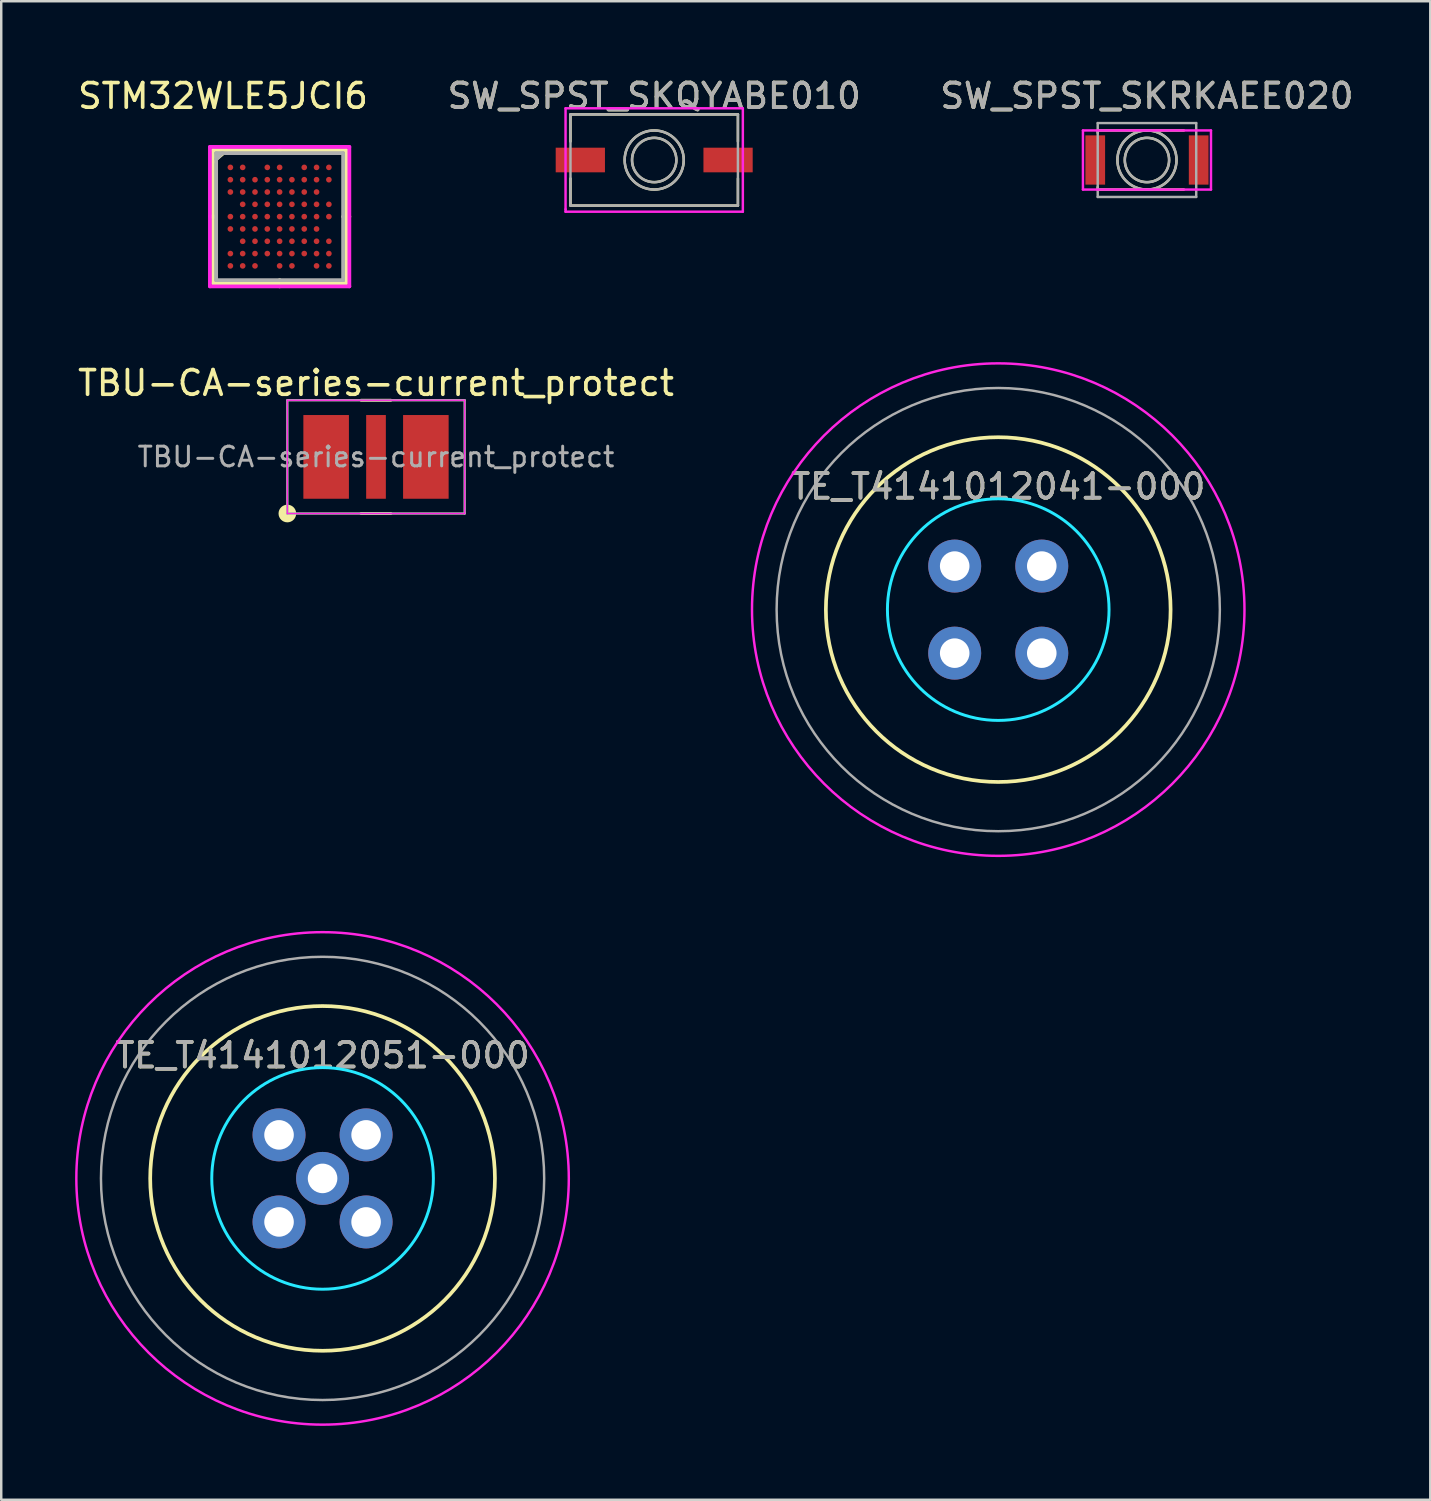
<source format=kicad_pcb>
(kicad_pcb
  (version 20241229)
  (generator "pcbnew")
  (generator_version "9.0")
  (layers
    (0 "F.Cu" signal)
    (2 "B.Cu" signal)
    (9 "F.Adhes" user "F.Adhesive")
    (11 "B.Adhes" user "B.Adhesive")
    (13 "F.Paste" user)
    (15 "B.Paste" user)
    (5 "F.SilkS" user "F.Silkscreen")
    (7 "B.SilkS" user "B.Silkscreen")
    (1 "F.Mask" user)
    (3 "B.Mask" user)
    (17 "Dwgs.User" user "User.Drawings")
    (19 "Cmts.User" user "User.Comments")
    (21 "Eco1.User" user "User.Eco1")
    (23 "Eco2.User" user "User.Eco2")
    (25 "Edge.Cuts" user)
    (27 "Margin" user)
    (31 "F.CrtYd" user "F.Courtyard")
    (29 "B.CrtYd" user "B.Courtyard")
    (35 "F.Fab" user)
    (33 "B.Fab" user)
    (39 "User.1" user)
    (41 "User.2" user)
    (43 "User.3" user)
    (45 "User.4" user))
  (footprint "SW_SPST_SKRKAEE020"
    (layer "F.Cu")
    (at 43.53 3.448)
    (property "Reference" "SW_SPST_SKRKAEE020" (at 0 -2.6 0) (layer "F.SilkS") (effects (font (size 1 1) (thickness 0.15))))
    (attr smd)
    (fp_line (start -2 -1.2) (end -2 -1.1) (stroke (width 0.1) (type solid)) (layer "F.SilkS"))
    (fp_line (start -2 1.2) (end -2 1.1) (stroke (width 0.1) (type solid)) (layer "F.SilkS"))
    (fp_line (start 1.5 -1.2) (end -2 -1.2) (stroke (width 0.1) (type solid)) (layer "F.SilkS"))
    (fp_line (start 1.5 1.2) (end -2 1.2) (stroke (width 0.1) (type solid)) (layer "F.SilkS"))
    (fp_circle (center 0 0) (end 0.9 0) (stroke (width 0.1) (type solid)) (fill no) (layer "F.SilkS"))
    (fp_circle (center 0 0) (end 1.2 0) (stroke (width 0.1) (type solid)) (fill no) (layer "F.SilkS"))
    (fp_line (start -2.6 -1.2) (end 2.6 -1.2) (stroke (width 0.1) (type solid)) (layer "F.CrtYd"))
    (fp_line (start -2.6 1.2) (end -2.6 -1.2) (stroke (width 0.1) (type solid)) (layer "F.CrtYd"))
    (fp_line (start 2.6 -1.2) (end 2.6 1.2) (stroke (width 0.1) (type solid)) (layer "F.CrtYd"))
    (fp_line (start 2.6 1.2) (end -2.6 1.2) (stroke (width 0.1) (type solid)) (layer "F.CrtYd"))
    (fp_line (start -2 -1.5) (end -2 1.5) (stroke (width 0.1) (type solid)) (layer "F.Fab"))
    (fp_line (start -2 1.5) (end 2 1.5) (stroke (width 0.1) (type solid)) (layer "F.Fab"))
    (fp_line (start 2 -1.5) (end -2 -1.5) (stroke (width 0.1) (type solid)) (layer "F.Fab"))
    (fp_line (start 2 1.5) (end 2 -1.5) (stroke (width 0.1) (type solid)) (layer "F.Fab"))
    (fp_circle (center 0 0) (end 0.9 0) (stroke (width 0.1) (type solid)) (fill no) (layer "F.Fab"))
    (fp_circle (center 0 0) (end 1.2 0) (stroke (width 0.1) (type solid)) (fill no) (layer "F.Fab"))
    (fp_text user "${REFERENCE}" (at 0 -2.6 0) (layer "F.Fab") (effects (font (size 1 1) (thickness 0.15))))
    (pad "1" smd rect (at -2.1 0) (size 0.8 2) (layers "F.Cu" "F.Mask" "F.Paste"))
    (pad "2" smd rect (at 2.1 0) (size 0.8 2) (layers "F.Cu" "F.Mask" "F.Paste")))
  (footprint "SW_SPST_SKQYABE010"
    (layer "F.Cu")
    (at 23.518 3.448)
    (property "Reference" "SW_SPST_SKQYABE010" (at 0 -2.6 0) (layer "F.SilkS") (effects (font (size 1 1) (thickness 0.15))))
    (attr smd)
    (fp_line (start -3.4 -1.85) (end -3.4 -0.75) (stroke (width 0.1) (type solid)) (layer "F.SilkS"))
    (fp_line (start -3.4 1.85) (end -3.4 0.75) (stroke (width 0.1) (type solid)) (layer "F.SilkS"))
    (fp_line (start 3.4 -1.85) (end -3.4 -1.85) (stroke (width 0.1) (type solid)) (layer "F.SilkS"))
    (fp_line (start 3.4 -1.85) (end 3.4 -0.75) (stroke (width 0.1) (type solid)) (layer "F.SilkS"))
    (fp_line (start 3.4 1.85) (end -3.4 1.85) (stroke (width 0.1) (type solid)) (layer "F.SilkS"))
    (fp_line (start 3.4 1.85) (end 3.4 0.75) (stroke (width 0.1) (type solid)) (layer "F.SilkS"))
    (fp_circle (center 0 0) (end 0.9 0) (stroke (width 0.1) (type solid)) (fill no) (layer "F.SilkS"))
    (fp_circle (center 0 0) (end 1.2 0) (stroke (width 0.1) (type solid)) (fill no) (layer "F.SilkS"))
    (fp_line (start -3.6 -2.1) (end -3.6 2) (stroke (width 0.1) (type solid)) (layer "F.CrtYd"))
    (fp_line (start -3.6 2) (end -3.6 2.1) (stroke (width 0.1) (type solid)) (layer "F.CrtYd"))
    (fp_line (start -3.6 2.1) (end 3.6 2.1) (stroke (width 0.1) (type solid)) (layer "F.CrtYd"))
    (fp_line (start 3.6 -2.1) (end -3.6 -2.1) (stroke (width 0.1) (type solid)) (layer "F.CrtYd"))
    (fp_line (start 3.6 2.1) (end 3.6 -2.1) (stroke (width 0.1) (type solid)) (layer "F.CrtYd"))
    (fp_line (start -3.4 -1.85) (end -3.4 1.85) (stroke (width 0.1) (type solid)) (layer "F.Fab"))
    (fp_line (start -3.4 1.85) (end 3.4 1.85) (stroke (width 0.1) (type solid)) (layer "F.Fab"))
    (fp_line (start 3.4 -1.85) (end -3.4 -1.85) (stroke (width 0.1) (type solid)) (layer "F.Fab"))
    (fp_line (start 3.4 -1.85) (end 3.4 1.85) (stroke (width 0.1) (type solid)) (layer "F.Fab"))
    (fp_circle (center 0 0) (end 0.9 0) (stroke (width 0.1) (type solid)) (fill no) (layer "F.Fab"))
    (fp_circle (center 0 0) (end 1.2 0) (stroke (width 0.1) (type solid)) (fill no) (layer "F.Fab"))
    (fp_text user "${REFERENCE}" (at 0 -2.6 0) (layer "F.Fab") (effects (font (size 1 1) (thickness 0.15))))
    (pad "1" smd rect (at -3 0) (size 2 1) (layers "F.Cu" "F.Mask" "F.Paste"))
    (pad "2" smd rect (at 3 0) (size 2 1) (layers "F.Cu" "F.Mask" "F.Paste")))
  (footprint "TE_T4141012041-000"
    (layer "F.Cu")
    (at 37.49 21.707)
    (property "Reference" "TE_T4141012041-000" (at 0 -5 0) (layer "F.SilkS") (effects (font (size 1 1) (thickness 0.15))))
    (attr through_hole)
    (fp_circle (center 0 0) (end 7 0) (stroke (width 0.15) (type solid)) (fill no) (layer "F.SilkS"))
    (fp_circle (center 0 0) (end 4.5 0) (stroke (width 0.12) (type solid)) (fill no) (layer "B.CrtYd"))
    (fp_circle (center 0 0) (end 10 0) (stroke (width 0.1) (type solid)) (fill no) (layer "F.CrtYd"))
    (fp_circle (center 0 0) (end 9 0) (stroke (width 0.1) (type solid)) (fill no) (layer "F.Fab"))
    (fp_text user "${REFERENCE}" (at 0 -5 0) (layer "F.Fab") (effects (font (size 1 1) (thickness 0.15))))
    (pad "1" thru_hole circle (at -1.768 -1.768 225) (size 2.15 2.15) (drill 1.2) (layers "*.Cu" "*.Mask"))
    (pad "2" thru_hole circle (at 1.768 -1.768 315) (size 2.15 2.15) (drill 1.2) (layers "*.Cu" "*.Mask"))
    (pad "3" thru_hole circle (at 1.768 1.768 225) (size 2.15 2.15) (drill 1.2) (layers "*.Cu" "*.Mask"))
    (pad "4" thru_hole circle (at -1.768 1.768 315) (size 2.15 2.15) (drill 1.2) (layers "*.Cu" "*.Mask")))
  (footprint "TBU-CA-series-current_protect"
    (layer "F.Cu")
    (at 12.22 15.505)
    (property "Reference" "TBU-CA-series-current_protect" (at 0 -3 0) (layer "F.SilkS") (effects (font (size 1 1) (thickness 0.15))))
    (attr smd)
    (fp_line (start -0.604 -2.3) (end 0.6 -2.3) (stroke (width 0.12) (type solid)) (layer "F.SilkS"))
    (fp_line (start -0.604 2.3) (end 0.6 2.3) (stroke (width 0.12) (type solid)) (layer "F.SilkS"))
    (fp_circle (center -3.6 2.3) (end -3.5 2.3) (stroke (width 0.15) (type solid)) (fill no) (layer "F.SilkS"))
    (fp_circle (center -3.6 2.3) (end -3.4 2.3) (stroke (width 0.15) (type solid)) (fill no) (layer "F.SilkS"))
    (fp_circle (center -3.6 2.3) (end -3.317 2.3) (stroke (width 0.15) (type solid)) (fill no) (layer "F.SilkS"))
    (fp_line (start -3.6 -2.3) (end -3.6 2.3) (stroke (width 0.05) (type solid)) (layer "F.CrtYd"))
    (fp_line (start -3.6 -2.3) (end 3.6 -2.3) (stroke (width 0.05) (type solid)) (layer "F.CrtYd"))
    (fp_line (start -3.6 2.3) (end 3.6 2.3) (stroke (width 0.05) (type solid)) (layer "F.CrtYd"))
    (fp_line (start 3.6 -2.3) (end 3.6 2.3) (stroke (width 0.05) (type solid)) (layer "F.CrtYd"))
    (fp_line (start -3.6 -2.3) (end 3.6 -2.3) (stroke (width 0.1) (type solid)) (layer "F.Fab"))
    (fp_line (start -3.6 2.3) (end -3.6 -2.3) (stroke (width 0.1) (type solid)) (layer "F.Fab"))
    (fp_line (start 3.6 -2.3) (end 3.6 2.3) (stroke (width 0.1) (type solid)) (layer "F.Fab"))
    (fp_line (start 3.6 2.3) (end -3.6 2.3) (stroke (width 0.1) (type solid)) (layer "F.Fab"))
    (fp_text user "${REFERENCE}" (at 0 0 0) (layer "F.Fab") (effects (font (size 0.8 0.8) (thickness 0.12))))
    (pad "1" smd rect (at -2.025 0) (size 1.85 3.4) (layers "F.Cu" "F.Mask" "F.Paste"))
    (pad "2" smd rect (at 0 0 180) (size 0.8 3.4) (layers "F.Cu" "F.Mask" "F.Paste"))
    (pad "3" smd rect (at 2.025 0 180) (size 1.85 3.4) (layers "F.Cu" "F.Mask" "F.Paste")))
  (footprint "TE_T4141012051-000"
    (layer "F.Cu")
    (at 10.05 44.807)
    (property "Reference" "TE_T4141012051-000" (at 0 -5 0) (layer "F.SilkS") (effects (font (size 1 1) (thickness 0.15))))
    (attr through_hole)
    (fp_circle (center 0 0) (end 7 0) (stroke (width 0.15) (type solid)) (fill no) (layer "F.SilkS"))
    (fp_circle (center 0 0) (end 4.5 0) (stroke (width 0.12) (type solid)) (fill no) (layer "B.CrtYd"))
    (fp_circle (center 0 0) (end 10 0) (stroke (width 0.1) (type solid)) (fill no) (layer "F.CrtYd"))
    (fp_circle (center 0 0) (end 9 0) (stroke (width 0.1) (type solid)) (fill no) (layer "F.Fab"))
    (fp_text user "${REFERENCE}" (at 0 -5 0) (layer "F.Fab") (effects (font (size 1 1) (thickness 0.15))))
    (pad "1" thru_hole circle (at -1.768 -1.768 225) (size 2.15 2.15) (drill 1.2) (layers "*.Cu" "*.Mask"))
    (pad "2" thru_hole circle (at 1.768 -1.768 315) (size 2.15 2.15) (drill 1.2) (layers "*.Cu" "*.Mask"))
    (pad "3" thru_hole circle (at 1.768 1.768 225) (size 2.15 2.15) (drill 1.2) (layers "*.Cu" "*.Mask"))
    (pad "4" thru_hole circle (at -1.768 1.768 315) (size 2.15 2.15) (drill 1.2) (layers "*.Cu" "*.Mask"))
    (pad "5" thru_hole circle (at 0 0 315) (size 2.15 2.15) (drill 1.2) (layers "*.Cu" "*.Mask")))
  (footprint "STM32WLE5JCI6"
    (layer "F.Cu")
    (at 8.306 5.748)
    (property "Reference" "STM32WLE5JCI6" (at -2.3 -4.9 0) (layer "F.SilkS") (effects (font (size 1 1) (thickness 0.15))))
    (attr through_hole)
    (fp_line (start -2.705 -2.705) (end -2.705 2.705) (stroke (width 0.152) (type solid)) (layer "F.SilkS"))
    (fp_line (start -2.705 2.705) (end 2.705 2.705) (stroke (width 0.152) (type solid)) (layer "F.SilkS"))
    (fp_line (start -2.7 -2.2) (end -2.1 -2.7) (stroke (width 0.1) (type solid)) (layer "F.SilkS"))
    (fp_line (start -2.578 0) (end -2.832 0) (stroke (width 0.152) (type solid)) (layer "F.SilkS"))
    (fp_line (start 0 -2.578) (end 0 -2.832) (stroke (width 0.152) (type solid)) (layer "F.SilkS"))
    (fp_line (start 0 2.578) (end 0 2.832) (stroke (width 0.152) (type solid)) (layer "F.SilkS"))
    (fp_line (start 2.578 0) (end 2.832 0) (stroke (width 0.152) (type solid)) (layer "F.SilkS"))
    (fp_line (start 2.705 -2.705) (end -2.705 -2.705) (stroke (width 0.152) (type solid)) (layer "F.SilkS"))
    (fp_line (start 2.705 2.705) (end 2.705 -2.705) (stroke (width 0.152) (type solid)) (layer "F.SilkS"))
    (fp_line (start -2.832 -2.832) (end 2.832 -2.832) (stroke (width 0.152) (type solid)) (layer "F.CrtYd"))
    (fp_line (start -2.832 2.832) (end -2.832 -2.832) (stroke (width 0.152) (type solid)) (layer "F.CrtYd"))
    (fp_line (start 2.832 -2.832) (end 2.832 2.832) (stroke (width 0.152) (type solid)) (layer "F.CrtYd"))
    (fp_line (start 2.832 2.832) (end -2.832 2.832) (stroke (width 0.152) (type solid)) (layer "F.CrtYd"))
    (fp_line (start -2.578 -2.578) (end -2.578 2.578) (stroke (width 0.152) (type solid)) (layer "F.Fab"))
    (fp_line (start -2.578 2.578) (end 2.578 2.578) (stroke (width 0.152) (type solid)) (layer "F.Fab"))
    (fp_line (start -2.328 -2.578) (end -2.578 -2.328) (stroke (width 0.152) (type solid)) (layer "F.Fab"))
    (fp_line (start 2.578 -2.578) (end -2.578 -2.578) (stroke (width 0.152) (type solid)) (layer "F.Fab"))
    (fp_line (start 2.578 2.578) (end 2.578 -2.578) (stroke (width 0.152) (type solid)) (layer "F.Fab"))
    (pad "A1" smd circle (at -2 -2) (size 0.23 0.23) (layers "F.Cu" "F.Mask" "F.Paste"))
    (pad "A2" smd circle (at -1.5 -2) (size 0.23 0.23) (layers "F.Cu" "F.Mask" "F.Paste"))
    (pad "A4" smd circle (at -0.5 -2) (size 0.23 0.23) (layers "F.Cu" "F.Mask" "F.Paste"))
    (pad "A5" smd circle (at 0 -2) (size 0.23 0.23) (layers "F.Cu" "F.Mask" "F.Paste"))
    (pad "A7" smd circle (at 1 -2) (size 0.23 0.23) (layers "F.Cu" "F.Mask" "F.Paste"))
    (pad "A8" smd circle (at 1.5 -2) (size 0.23 0.23) (layers "F.Cu" "F.Mask" "F.Paste"))
    (pad "A9" smd circle (at 2 -2) (size 0.23 0.23) (layers "F.Cu" "F.Mask" "F.Paste"))
    (pad "B1" smd circle (at -2 -1.5) (size 0.23 0.23) (layers "F.Cu" "F.Mask" "F.Paste"))
    (pad "B2" smd circle (at -1.5 -1.5) (size 0.23 0.23) (layers "F.Cu" "F.Mask" "F.Paste"))
    (pad "B3" smd circle (at -1 -1.5) (size 0.23 0.23) (layers "F.Cu" "F.Mask" "F.Paste"))
    (pad "B4" smd circle (at -0.5 -1.5) (size 0.23 0.23) (layers "F.Cu" "F.Mask" "F.Paste"))
    (pad "B5" smd circle (at 0 -1.5) (size 0.23 0.23) (layers "F.Cu" "F.Mask" "F.Paste"))
    (pad "B6" smd circle (at 0.5 -1.5) (size 0.23 0.23) (layers "F.Cu" "F.Mask" "F.Paste"))
    (pad "B7" smd circle (at 1 -1.5) (size 0.23 0.23) (layers "F.Cu" "F.Mask" "F.Paste"))
    (pad "B8" smd circle (at 1.5 -1.5) (size 0.23 0.23) (layers "F.Cu" "F.Mask" "F.Paste"))
    (pad "B9" smd circle (at 2 -1.5) (size 0.23 0.23) (layers "F.Cu" "F.Mask" "F.Paste"))
    (pad "C1" smd circle (at -2 -1) (size 0.23 0.23) (layers "F.Cu" "F.Mask" "F.Paste"))
    (pad "C2" smd circle (at -1.5 -1) (size 0.23 0.23) (layers "F.Cu" "F.Mask" "F.Paste"))
    (pad "C3" smd circle (at -1 -1) (size 0.23 0.23) (layers "F.Cu" "F.Mask" "F.Paste"))
    (pad "C4" smd circle (at -0.5 -1) (size 0.23 0.23) (layers "F.Cu" "F.Mask" "F.Paste"))
    (pad "C5" smd circle (at 0 -1) (size 0.23 0.23) (layers "F.Cu" "F.Mask" "F.Paste"))
    (pad "C6" smd circle (at 0.5 -1) (size 0.23 0.23) (layers "F.Cu" "F.Mask" "F.Paste"))
    (pad "C7" smd circle (at 1 -1) (size 0.23 0.23) (layers "F.Cu" "F.Mask" "F.Paste"))
    (pad "C8" smd circle (at 1.5 -1) (size 0.23 0.23) (layers "F.Cu" "F.Mask" "F.Paste"))
    (pad "D2" smd circle (at -1.5 -0.5) (size 0.23 0.23) (layers "F.Cu" "F.Mask" "F.Paste"))
    (pad "D3" smd circle (at -1 -0.5) (size 0.23 0.23) (layers "F.Cu" "F.Mask" "F.Paste"))
    (pad "D4" smd circle (at -0.5 -0.5) (size 0.23 0.23) (layers "F.Cu" "F.Mask" "F.Paste"))
    (pad "D5" smd circle (at 0 -0.5) (size 0.23 0.23) (layers "F.Cu" "F.Mask" "F.Paste"))
    (pad "D6" smd circle (at 0.5 -0.5) (size 0.23 0.23) (layers "F.Cu" "F.Mask" "F.Paste"))
    (pad "D7" smd circle (at 1 -0.5) (size 0.23 0.23) (layers "F.Cu" "F.Mask" "F.Paste"))
    (pad "D8" smd circle (at 1.5 -0.5) (size 0.23 0.23) (layers "F.Cu" "F.Mask" "F.Paste"))
    (pad "D9" smd circle (at 2 -0.5) (size 0.23 0.23) (layers "F.Cu" "F.Mask" "F.Paste"))
    (pad "E1" smd circle (at -2 0) (size 0.23 0.23) (layers "F.Cu" "F.Mask" "F.Paste"))
    (pad "E2" smd circle (at -1.5 0) (size 0.23 0.23) (layers "F.Cu" "F.Mask" "F.Paste"))
    (pad "E3" smd circle (at -1 0) (size 0.23 0.23) (layers "F.Cu" "F.Mask" "F.Paste"))
    (pad "E4" smd circle (at -0.5 0) (size 0.23 0.23) (layers "F.Cu" "F.Mask" "F.Paste"))
    (pad "E5" smd circle (at 0 0) (size 0.23 0.23) (layers "F.Cu" "F.Mask" "F.Paste"))
    (pad "E6" smd circle (at 0.5 0) (size 0.23 0.23) (layers "F.Cu" "F.Mask" "F.Paste"))
    (pad "E7" smd circle (at 1 0) (size 0.23 0.23) (layers "F.Cu" "F.Mask" "F.Paste"))
    (pad "E8" smd circle (at 1.5 0) (size 0.23 0.23) (layers "F.Cu" "F.Mask" "F.Paste"))
    (pad "E9" smd circle (at 2 0) (size 0.23 0.23) (layers "F.Cu" "F.Mask" "F.Paste"))
    (pad "F1" smd circle (at -2 0.5) (size 0.23 0.23) (layers "F.Cu" "F.Mask" "F.Paste"))
    (pad "F2" smd circle (at -1.5 0.5) (size 0.23 0.23) (layers "F.Cu" "F.Mask" "F.Paste"))
    (pad "F3" smd circle (at -1 0.5) (size 0.23 0.23) (layers "F.Cu" "F.Mask" "F.Paste"))
    (pad "F4" smd circle (at -0.5 0.5) (size 0.23 0.23) (layers "F.Cu" "F.Mask" "F.Paste"))
    (pad "F5" smd circle (at 0 0.5) (size 0.23 0.23) (layers "F.Cu" "F.Mask" "F.Paste"))
    (pad "F6" smd circle (at 0.5 0.5) (size 0.23 0.23) (layers "F.Cu" "F.Mask" "F.Paste"))
    (pad "F7" smd circle (at 1 0.5) (size 0.23 0.23) (layers "F.Cu" "F.Mask" "F.Paste"))
    (pad "F8" smd circle (at 1.5 0.5) (size 0.23 0.23) (layers "F.Cu" "F.Mask" "F.Paste"))
    (pad "G2" smd circle (at -1.5 1) (size 0.23 0.23) (layers "F.Cu" "F.Mask" "F.Paste"))
    (pad "G3" smd circle (at -1 1) (size 0.23 0.23) (layers "F.Cu" "F.Mask" "F.Paste"))
    (pad "G4" smd circle (at -0.5 1) (size 0.23 0.23) (layers "F.Cu" "F.Mask" "F.Paste"))
    (pad "G5" smd circle (at 0 1) (size 0.23 0.23) (layers "F.Cu" "F.Mask" "F.Paste"))
    (pad "G6" smd circle (at 0.5 1) (size 0.23 0.23) (layers "F.Cu" "F.Mask" "F.Paste"))
    (pad "G7" smd circle (at 1 1) (size 0.23 0.23) (layers "F.Cu" "F.Mask" "F.Paste"))
    (pad "G8" smd circle (at 1.5 1) (size 0.23 0.23) (layers "F.Cu" "F.Mask" "F.Paste"))
    (pad "G9" smd circle (at 2 1) (size 0.23 0.23) (layers "F.Cu" "F.Mask" "F.Paste"))
    (pad "H1" smd circle (at -2 1.5) (size 0.23 0.23) (layers "F.Cu" "F.Mask" "F.Paste"))
    (pad "H2" smd circle (at -1.5 1.5) (size 0.23 0.23) (layers "F.Cu" "F.Mask" "F.Paste"))
    (pad "H3" smd circle (at -1 1.5) (size 0.23 0.23) (layers "F.Cu" "F.Mask" "F.Paste"))
    (pad "H4" smd circle (at -0.5 1.5) (size 0.23 0.23) (layers "F.Cu" "F.Mask" "F.Paste"))
    (pad "H5" smd circle (at 0 1.5) (size 0.23 0.23) (layers "F.Cu" "F.Mask" "F.Paste"))
    (pad "H6" smd circle (at 0.5 1.5) (size 0.23 0.23) (layers "F.Cu" "F.Mask" "F.Paste"))
    (pad "H7" smd circle (at 1 1.5) (size 0.23 0.23) (layers "F.Cu" "F.Mask" "F.Paste"))
    (pad "H8" smd circle (at 1.5 1.5) (size 0.23 0.23) (layers "F.Cu" "F.Mask" "F.Paste"))
    (pad "H9" smd circle (at 2 1.5) (size 0.23 0.23) (layers "F.Cu" "F.Mask" "F.Paste"))
    (pad "J1" smd circle (at -2 2) (size 0.23 0.23) (layers "F.Cu" "F.Mask" "F.Paste"))
    (pad "J2" smd circle (at -1.5 2) (size 0.23 0.23) (layers "F.Cu" "F.Mask" "F.Paste"))
    (pad "J3" smd circle (at -1 2) (size 0.23 0.23) (layers "F.Cu" "F.Mask" "F.Paste"))
    (pad "J5" smd circle (at 0 2) (size 0.23 0.23) (layers "F.Cu" "F.Mask" "F.Paste"))
    (pad "J6" smd circle (at 0.5 2) (size 0.23 0.23) (layers "F.Cu" "F.Mask" "F.Paste"))
    (pad "J8" smd circle (at 1.5 2) (size 0.23 0.23) (layers "F.Cu" "F.Mask" "F.Paste"))
    (pad "J9" smd circle (at 2 2) (size 0.23 0.23) (layers "F.Cu" "F.Mask" "F.Paste")))
  (gr_rect
    (start -3 -3)
    (end 55.036 57.857)
    (stroke (width 0.1) (type default))
    (fill no)
    (layer "Edge.Cuts")))
</source>
